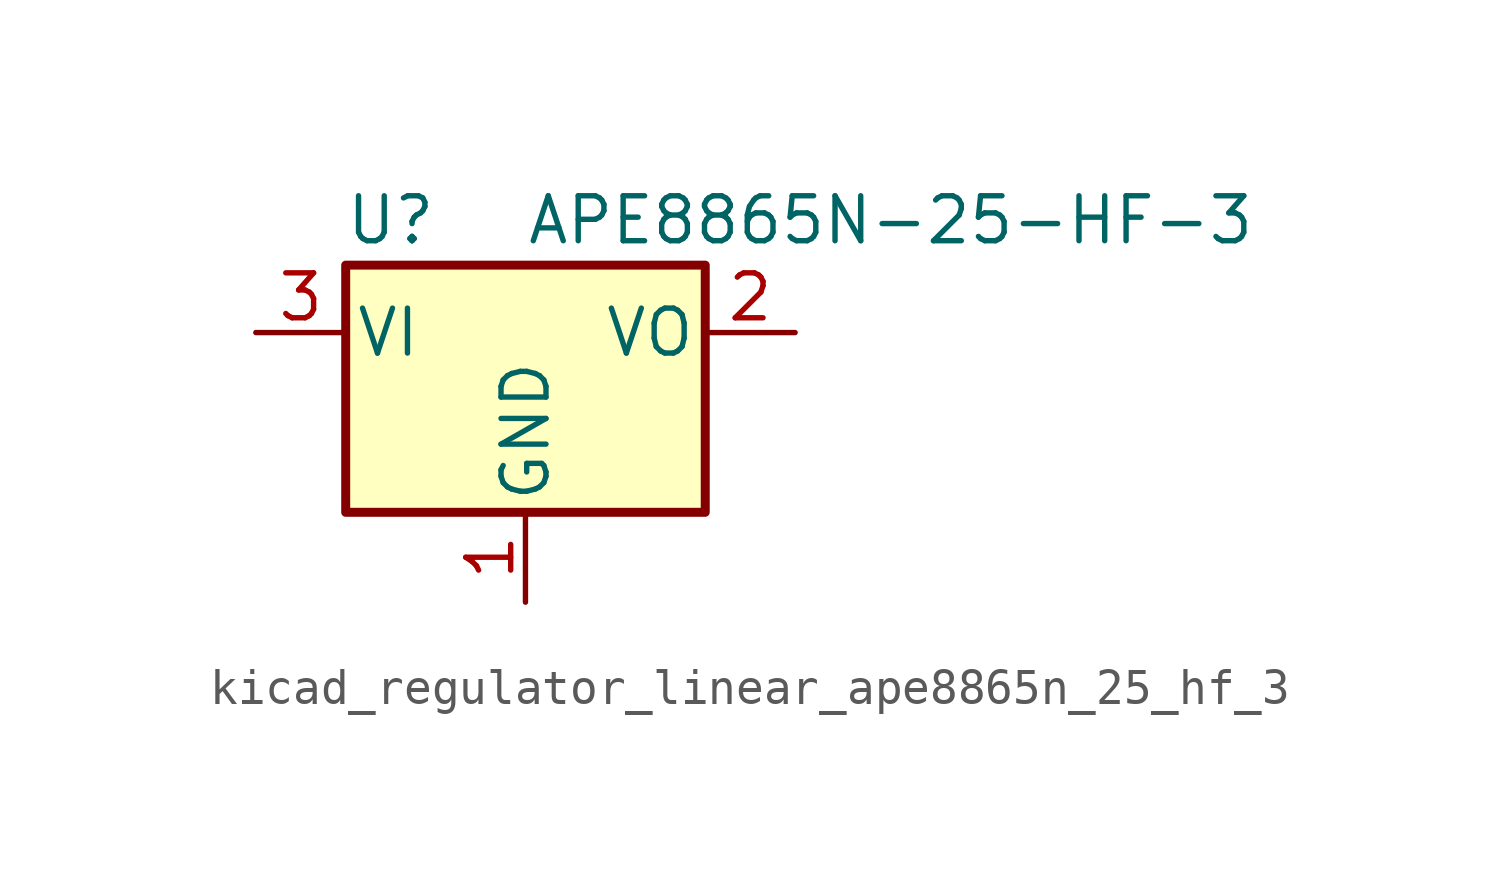
<source format=kicad_sym>
(kicad_symbol_lib
  (version 20220914)
  (generator kicad_symbol_editor)
  (symbol "kicad_regulator_linear_ape8865n_25_hf_3"
    (pin_names
      (offset 0.254))
    (property "Reference" "U"
      (at -3.81 3.175 0)
      (effects (font (size 1.27 1.27))))
    (property "Value" "APE8865N-25-HF-3"
      (at 0 3.175 0)
      (effects (font (size 1.27 1.27)) (justify left)))
    (symbol "kicad_regulator_linear_ape8865n_25_hf_3_0_1"
      (rectangle (start -5.08 1.905) (end 5.08 -5.08) (stroke (width 0.254) (type default)) (fill (type background))))
    (symbol "kicad_regulator_linear_ape8865n_25_hf_3_1_1"
      (pin power_in line (at 0 -7.62 90) (length 2.54) (name "GND" (effects (font (size 1.27 1.27)))) (number "1" (effects (font (size 1.27 1.27)))))
      (pin power_out line (at 7.62 0 180) (length 2.54) (name "VO" (effects (font (size 1.27 1.27)))) (number "2" (effects (font (size 1.27 1.27)))))
      (pin power_in line (at -7.62 0 0) (length 2.54) (name "VI" (effects (font (size 1.27 1.27)))) (number "3" (effects (font (size 1.27 1.27))))))))
</source>
